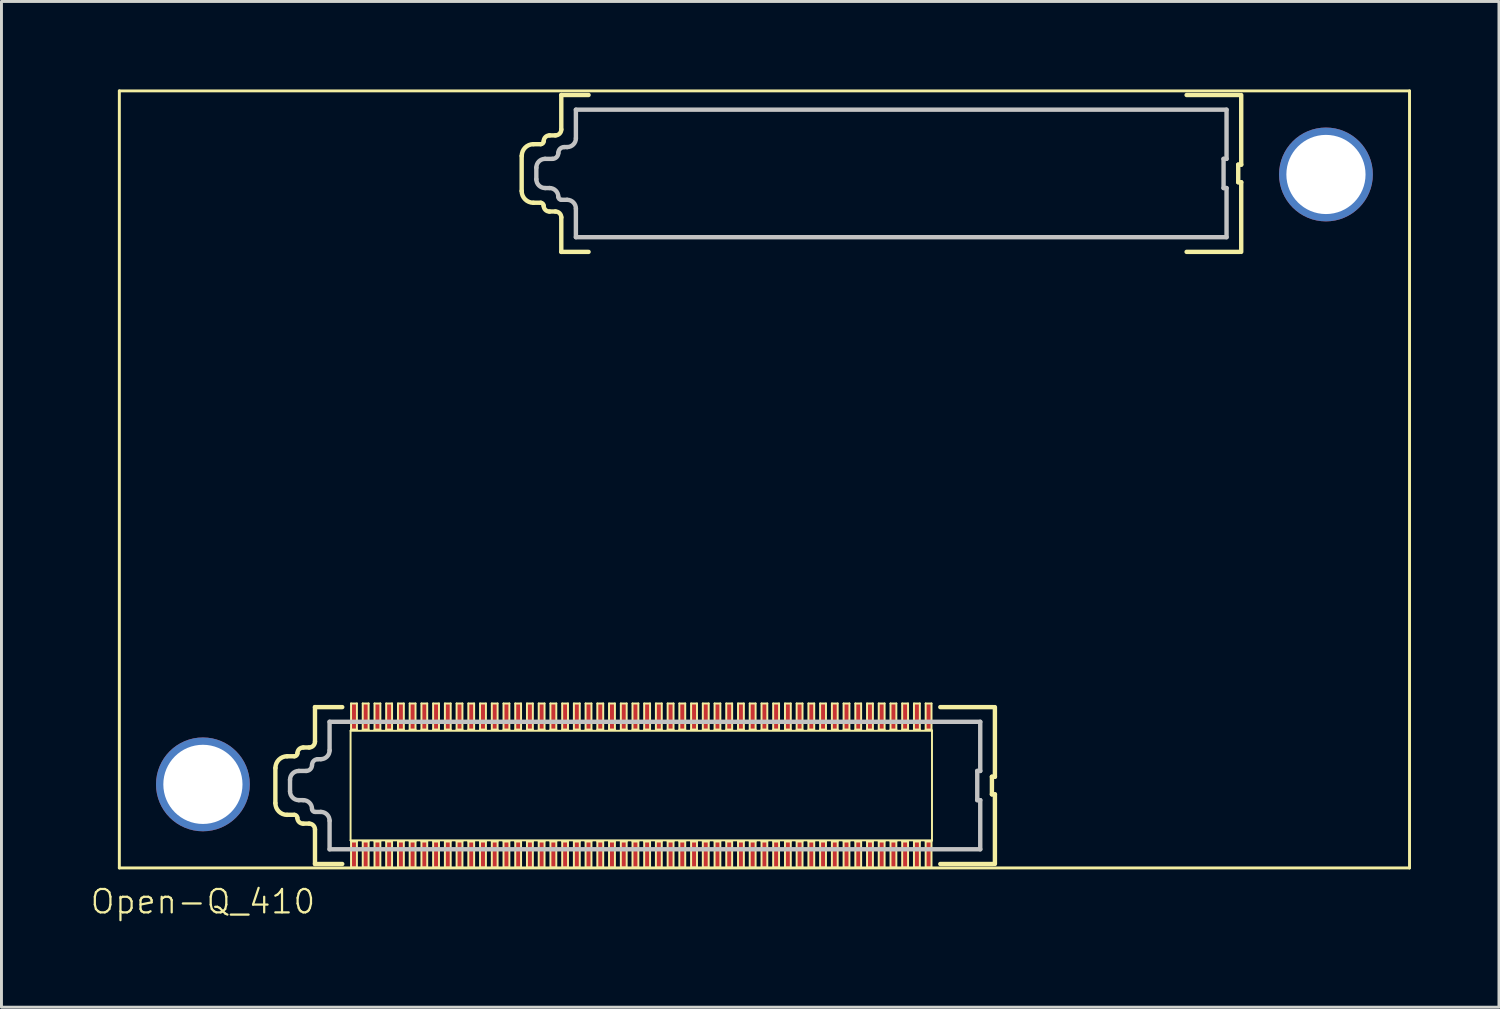
<source format=kicad_pcb>
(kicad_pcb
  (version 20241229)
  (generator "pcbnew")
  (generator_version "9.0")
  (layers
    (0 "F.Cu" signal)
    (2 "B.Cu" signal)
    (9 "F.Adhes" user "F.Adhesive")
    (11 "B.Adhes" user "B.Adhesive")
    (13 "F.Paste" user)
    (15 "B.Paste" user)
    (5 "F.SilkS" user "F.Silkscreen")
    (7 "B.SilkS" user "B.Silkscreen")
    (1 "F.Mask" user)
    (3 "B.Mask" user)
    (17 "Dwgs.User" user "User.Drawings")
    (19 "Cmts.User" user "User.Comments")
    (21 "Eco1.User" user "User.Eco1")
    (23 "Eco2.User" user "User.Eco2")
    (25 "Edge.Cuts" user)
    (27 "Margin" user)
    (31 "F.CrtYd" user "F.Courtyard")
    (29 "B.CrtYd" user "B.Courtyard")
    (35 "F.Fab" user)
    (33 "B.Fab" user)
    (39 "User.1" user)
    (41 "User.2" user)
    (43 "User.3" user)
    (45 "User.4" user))
  (footprint "Open-Q_410"
    (layer "F.Cu")
    (at 3.87 23.7)
    (property "Reference" "Open-Q_410" (at 0 4 0) (layer "F.SilkS") (effects (font (size 0.798 0.798) (thickness 0.076))))
    (attr smd)
    (fp_line (start -2.85 -23.65) (end -2.85 2.85) (stroke (width 0.1) (type solid)) (layer "F.SilkS"))
    (fp_line (start -2.85 2.85) (end 41.15 2.85) (stroke (width 0.1) (type solid)) (layer "F.SilkS"))
    (fp_line (start 2.471 -0.559) (end 2.471 0.639) (stroke (width 0.15) (type solid)) (layer "F.SilkS"))
    (fp_line (start 2.872 1.038) (end 3.121 1.038) (stroke (width 0.15) (type solid)) (layer "F.SilkS"))
    (fp_line (start 3.121 -0.958) (end 2.872 -0.958) (stroke (width 0.15) (type solid)) (layer "F.SilkS"))
    (fp_line (start 3.421 1.338) (end 3.622 1.338) (stroke (width 0.15) (type solid)) (layer "F.SilkS"))
    (fp_line (start 3.622 -1.258) (end 3.421 -1.258) (stroke (width 0.15) (type solid)) (layer "F.SilkS"))
    (fp_line (start 3.822 -2.635) (end 3.822 -1.459) (stroke (width 0.15) (type solid)) (layer "F.SilkS"))
    (fp_line (start 3.822 -2.635) (end 4.752 -2.635) (stroke (width 0.15) (type solid)) (layer "F.SilkS"))
    (fp_line (start 3.822 1.539) (end 3.822 2.715) (stroke (width 0.15) (type solid)) (layer "F.SilkS"))
    (fp_line (start 3.822 2.715) (end 4.752 2.715) (stroke (width 0.15) (type solid)) (layer "F.SilkS"))
    (fp_line (start 5.036 1.909) (end 5.036 -1.829) (stroke (width 0.066) (type solid)) (layer "F.SilkS"))
    (fp_line (start 5.052 -1.868) (end 5.052 -2.759) (stroke (width 0.066) (type solid)) (layer "F.SilkS"))
    (fp_line (start 5.052 2.839) (end 5.052 1.948) (stroke (width 0.066) (type solid)) (layer "F.SilkS"))
    (fp_line (start 5.252 -2.759) (end 5.052 -2.759) (stroke (width 0.066) (type solid)) (layer "F.SilkS"))
    (fp_line (start 5.252 -1.868) (end 5.052 -1.868) (stroke (width 0.066) (type solid)) (layer "F.SilkS"))
    (fp_line (start 5.252 -1.868) (end 5.252 -2.759) (stroke (width 0.066) (type solid)) (layer "F.SilkS"))
    (fp_line (start 5.252 1.948) (end 5.052 1.948) (stroke (width 0.066) (type solid)) (layer "F.SilkS"))
    (fp_line (start 5.252 2.839) (end 5.052 2.839) (stroke (width 0.066) (type solid)) (layer "F.SilkS"))
    (fp_line (start 5.252 2.839) (end 5.252 1.948) (stroke (width 0.066) (type solid)) (layer "F.SilkS"))
    (fp_line (start 5.45 -1.868) (end 5.45 -2.759) (stroke (width 0.066) (type solid)) (layer "F.SilkS"))
    (fp_line (start 5.45 2.839) (end 5.45 1.948) (stroke (width 0.066) (type solid)) (layer "F.SilkS"))
    (fp_line (start 5.651 -2.759) (end 5.45 -2.759) (stroke (width 0.066) (type solid)) (layer "F.SilkS"))
    (fp_line (start 5.651 -1.868) (end 5.45 -1.868) (stroke (width 0.066) (type solid)) (layer "F.SilkS"))
    (fp_line (start 5.651 -1.868) (end 5.651 -2.759) (stroke (width 0.066) (type solid)) (layer "F.SilkS"))
    (fp_line (start 5.651 1.948) (end 5.45 1.948) (stroke (width 0.066) (type solid)) (layer "F.SilkS"))
    (fp_line (start 5.651 2.839) (end 5.45 2.839) (stroke (width 0.066) (type solid)) (layer "F.SilkS"))
    (fp_line (start 5.651 2.839) (end 5.651 1.948) (stroke (width 0.066) (type solid)) (layer "F.SilkS"))
    (fp_line (start 5.852 -1.868) (end 5.852 -2.759) (stroke (width 0.066) (type solid)) (layer "F.SilkS"))
    (fp_line (start 5.852 2.839) (end 5.852 1.948) (stroke (width 0.066) (type solid)) (layer "F.SilkS"))
    (fp_line (start 6.052 -2.759) (end 5.852 -2.759) (stroke (width 0.066) (type solid)) (layer "F.SilkS"))
    (fp_line (start 6.052 -1.868) (end 5.852 -1.868) (stroke (width 0.066) (type solid)) (layer "F.SilkS"))
    (fp_line (start 6.052 -1.868) (end 6.052 -2.759) (stroke (width 0.066) (type solid)) (layer "F.SilkS"))
    (fp_line (start 6.052 1.948) (end 5.852 1.948) (stroke (width 0.066) (type solid)) (layer "F.SilkS"))
    (fp_line (start 6.052 2.839) (end 5.852 2.839) (stroke (width 0.066) (type solid)) (layer "F.SilkS"))
    (fp_line (start 6.052 2.839) (end 6.052 1.948) (stroke (width 0.066) (type solid)) (layer "F.SilkS"))
    (fp_line (start 6.25 -1.868) (end 6.25 -2.759) (stroke (width 0.066) (type solid)) (layer "F.SilkS"))
    (fp_line (start 6.25 2.839) (end 6.25 1.948) (stroke (width 0.066) (type solid)) (layer "F.SilkS"))
    (fp_line (start 6.451 -2.759) (end 6.25 -2.759) (stroke (width 0.066) (type solid)) (layer "F.SilkS"))
    (fp_line (start 6.451 -1.868) (end 6.25 -1.868) (stroke (width 0.066) (type solid)) (layer "F.SilkS"))
    (fp_line (start 6.451 -1.868) (end 6.451 -2.759) (stroke (width 0.066) (type solid)) (layer "F.SilkS"))
    (fp_line (start 6.451 1.948) (end 6.25 1.948) (stroke (width 0.066) (type solid)) (layer "F.SilkS"))
    (fp_line (start 6.451 2.839) (end 6.25 2.839) (stroke (width 0.066) (type solid)) (layer "F.SilkS"))
    (fp_line (start 6.451 2.839) (end 6.451 1.948) (stroke (width 0.066) (type solid)) (layer "F.SilkS"))
    (fp_line (start 6.652 -1.868) (end 6.652 -2.759) (stroke (width 0.066) (type solid)) (layer "F.SilkS"))
    (fp_line (start 6.652 2.839) (end 6.652 1.948) (stroke (width 0.066) (type solid)) (layer "F.SilkS"))
    (fp_line (start 6.852 -2.759) (end 6.652 -2.759) (stroke (width 0.066) (type solid)) (layer "F.SilkS"))
    (fp_line (start 6.852 -1.868) (end 6.652 -1.868) (stroke (width 0.066) (type solid)) (layer "F.SilkS"))
    (fp_line (start 6.852 -1.868) (end 6.852 -2.759) (stroke (width 0.066) (type solid)) (layer "F.SilkS"))
    (fp_line (start 6.852 1.948) (end 6.652 1.948) (stroke (width 0.066) (type solid)) (layer "F.SilkS"))
    (fp_line (start 6.852 2.839) (end 6.652 2.839) (stroke (width 0.066) (type solid)) (layer "F.SilkS"))
    (fp_line (start 6.852 2.839) (end 6.852 1.948) (stroke (width 0.066) (type solid)) (layer "F.SilkS"))
    (fp_line (start 7.051 -1.868) (end 7.051 -2.759) (stroke (width 0.066) (type solid)) (layer "F.SilkS"))
    (fp_line (start 7.051 2.839) (end 7.051 1.948) (stroke (width 0.066) (type solid)) (layer "F.SilkS"))
    (fp_line (start 7.251 -2.759) (end 7.051 -2.759) (stroke (width 0.066) (type solid)) (layer "F.SilkS"))
    (fp_line (start 7.251 -1.868) (end 7.051 -1.868) (stroke (width 0.066) (type solid)) (layer "F.SilkS"))
    (fp_line (start 7.251 -1.868) (end 7.251 -2.759) (stroke (width 0.066) (type solid)) (layer "F.SilkS"))
    (fp_line (start 7.251 1.948) (end 7.051 1.948) (stroke (width 0.066) (type solid)) (layer "F.SilkS"))
    (fp_line (start 7.251 2.839) (end 7.051 2.839) (stroke (width 0.066) (type solid)) (layer "F.SilkS"))
    (fp_line (start 7.251 2.839) (end 7.251 1.948) (stroke (width 0.066) (type solid)) (layer "F.SilkS"))
    (fp_line (start 7.452 -1.868) (end 7.452 -2.759) (stroke (width 0.066) (type solid)) (layer "F.SilkS"))
    (fp_line (start 7.452 2.839) (end 7.452 1.948) (stroke (width 0.066) (type solid)) (layer "F.SilkS"))
    (fp_line (start 7.65 -2.759) (end 7.452 -2.759) (stroke (width 0.066) (type solid)) (layer "F.SilkS"))
    (fp_line (start 7.65 -1.868) (end 7.452 -1.868) (stroke (width 0.066) (type solid)) (layer "F.SilkS"))
    (fp_line (start 7.65 -1.868) (end 7.65 -2.759) (stroke (width 0.066) (type solid)) (layer "F.SilkS"))
    (fp_line (start 7.65 1.948) (end 7.452 1.948) (stroke (width 0.066) (type solid)) (layer "F.SilkS"))
    (fp_line (start 7.65 2.839) (end 7.452 2.839) (stroke (width 0.066) (type solid)) (layer "F.SilkS"))
    (fp_line (start 7.65 2.839) (end 7.65 1.948) (stroke (width 0.066) (type solid)) (layer "F.SilkS"))
    (fp_line (start 7.851 -1.868) (end 7.851 -2.759) (stroke (width 0.066) (type solid)) (layer "F.SilkS"))
    (fp_line (start 7.851 2.839) (end 7.851 1.948) (stroke (width 0.066) (type solid)) (layer "F.SilkS"))
    (fp_line (start 8.051 -2.759) (end 7.851 -2.759) (stroke (width 0.066) (type solid)) (layer "F.SilkS"))
    (fp_line (start 8.051 -1.868) (end 7.851 -1.868) (stroke (width 0.066) (type solid)) (layer "F.SilkS"))
    (fp_line (start 8.051 -1.868) (end 8.051 -2.759) (stroke (width 0.066) (type solid)) (layer "F.SilkS"))
    (fp_line (start 8.051 1.948) (end 7.851 1.948) (stroke (width 0.066) (type solid)) (layer "F.SilkS"))
    (fp_line (start 8.051 2.839) (end 7.851 2.839) (stroke (width 0.066) (type solid)) (layer "F.SilkS"))
    (fp_line (start 8.051 2.839) (end 8.051 1.948) (stroke (width 0.066) (type solid)) (layer "F.SilkS"))
    (fp_line (start 8.252 -1.868) (end 8.252 -2.759) (stroke (width 0.066) (type solid)) (layer "F.SilkS"))
    (fp_line (start 8.252 2.839) (end 8.252 1.948) (stroke (width 0.066) (type solid)) (layer "F.SilkS"))
    (fp_line (start 8.45 -2.759) (end 8.252 -2.759) (stroke (width 0.066) (type solid)) (layer "F.SilkS"))
    (fp_line (start 8.45 -1.868) (end 8.252 -1.868) (stroke (width 0.066) (type solid)) (layer "F.SilkS"))
    (fp_line (start 8.45 -1.868) (end 8.45 -2.759) (stroke (width 0.066) (type solid)) (layer "F.SilkS"))
    (fp_line (start 8.45 1.948) (end 8.252 1.948) (stroke (width 0.066) (type solid)) (layer "F.SilkS"))
    (fp_line (start 8.45 2.839) (end 8.252 2.839) (stroke (width 0.066) (type solid)) (layer "F.SilkS"))
    (fp_line (start 8.45 2.839) (end 8.45 1.948) (stroke (width 0.066) (type solid)) (layer "F.SilkS"))
    (fp_line (start 8.651 -1.868) (end 8.651 -2.759) (stroke (width 0.066) (type solid)) (layer "F.SilkS"))
    (fp_line (start 8.651 2.839) (end 8.651 1.948) (stroke (width 0.066) (type solid)) (layer "F.SilkS"))
    (fp_line (start 8.851 -2.759) (end 8.651 -2.759) (stroke (width 0.066) (type solid)) (layer "F.SilkS"))
    (fp_line (start 8.851 -1.868) (end 8.651 -1.868) (stroke (width 0.066) (type solid)) (layer "F.SilkS"))
    (fp_line (start 8.851 -1.868) (end 8.851 -2.759) (stroke (width 0.066) (type solid)) (layer "F.SilkS"))
    (fp_line (start 8.851 1.948) (end 8.651 1.948) (stroke (width 0.066) (type solid)) (layer "F.SilkS"))
    (fp_line (start 8.851 2.839) (end 8.651 2.839) (stroke (width 0.066) (type solid)) (layer "F.SilkS"))
    (fp_line (start 8.851 2.839) (end 8.851 1.948) (stroke (width 0.066) (type solid)) (layer "F.SilkS"))
    (fp_line (start 9.052 -1.868) (end 9.052 -2.759) (stroke (width 0.066) (type solid)) (layer "F.SilkS"))
    (fp_line (start 9.052 2.839) (end 9.052 1.948) (stroke (width 0.066) (type solid)) (layer "F.SilkS"))
    (fp_line (start 9.25 -2.759) (end 9.052 -2.759) (stroke (width 0.066) (type solid)) (layer "F.SilkS"))
    (fp_line (start 9.25 -1.868) (end 9.052 -1.868) (stroke (width 0.066) (type solid)) (layer "F.SilkS"))
    (fp_line (start 9.25 -1.868) (end 9.25 -2.759) (stroke (width 0.066) (type solid)) (layer "F.SilkS"))
    (fp_line (start 9.25 1.948) (end 9.052 1.948) (stroke (width 0.066) (type solid)) (layer "F.SilkS"))
    (fp_line (start 9.25 2.839) (end 9.052 2.839) (stroke (width 0.066) (type solid)) (layer "F.SilkS"))
    (fp_line (start 9.25 2.839) (end 9.25 1.948) (stroke (width 0.066) (type solid)) (layer "F.SilkS"))
    (fp_line (start 9.451 -1.868) (end 9.451 -2.759) (stroke (width 0.066) (type solid)) (layer "F.SilkS"))
    (fp_line (start 9.451 2.839) (end 9.451 1.948) (stroke (width 0.066) (type solid)) (layer "F.SilkS"))
    (fp_line (start 9.652 -2.759) (end 9.451 -2.759) (stroke (width 0.066) (type solid)) (layer "F.SilkS"))
    (fp_line (start 9.652 -1.868) (end 9.451 -1.868) (stroke (width 0.066) (type solid)) (layer "F.SilkS"))
    (fp_line (start 9.652 -1.868) (end 9.652 -2.759) (stroke (width 0.066) (type solid)) (layer "F.SilkS"))
    (fp_line (start 9.652 1.948) (end 9.451 1.948) (stroke (width 0.066) (type solid)) (layer "F.SilkS"))
    (fp_line (start 9.652 2.839) (end 9.451 2.839) (stroke (width 0.066) (type solid)) (layer "F.SilkS"))
    (fp_line (start 9.652 2.839) (end 9.652 1.948) (stroke (width 0.066) (type solid)) (layer "F.SilkS"))
    (fp_line (start 9.852 -1.868) (end 9.852 -2.759) (stroke (width 0.066) (type solid)) (layer "F.SilkS"))
    (fp_line (start 9.852 2.839) (end 9.852 1.948) (stroke (width 0.066) (type solid)) (layer "F.SilkS"))
    (fp_line (start 10.05 -2.759) (end 9.852 -2.759) (stroke (width 0.066) (type solid)) (layer "F.SilkS"))
    (fp_line (start 10.05 -1.868) (end 9.852 -1.868) (stroke (width 0.066) (type solid)) (layer "F.SilkS"))
    (fp_line (start 10.05 -1.868) (end 10.05 -2.759) (stroke (width 0.066) (type solid)) (layer "F.SilkS"))
    (fp_line (start 10.05 1.948) (end 9.852 1.948) (stroke (width 0.066) (type solid)) (layer "F.SilkS"))
    (fp_line (start 10.05 2.839) (end 9.852 2.839) (stroke (width 0.066) (type solid)) (layer "F.SilkS"))
    (fp_line (start 10.05 2.839) (end 10.05 1.948) (stroke (width 0.066) (type solid)) (layer "F.SilkS"))
    (fp_line (start 10.251 -1.868) (end 10.251 -2.759) (stroke (width 0.066) (type solid)) (layer "F.SilkS"))
    (fp_line (start 10.251 2.839) (end 10.251 1.948) (stroke (width 0.066) (type solid)) (layer "F.SilkS"))
    (fp_line (start 10.452 -2.759) (end 10.251 -2.759) (stroke (width 0.066) (type solid)) (layer "F.SilkS"))
    (fp_line (start 10.452 -1.868) (end 10.251 -1.868) (stroke (width 0.066) (type solid)) (layer "F.SilkS"))
    (fp_line (start 10.452 -1.868) (end 10.452 -2.759) (stroke (width 0.066) (type solid)) (layer "F.SilkS"))
    (fp_line (start 10.452 1.948) (end 10.251 1.948) (stroke (width 0.066) (type solid)) (layer "F.SilkS"))
    (fp_line (start 10.452 2.839) (end 10.251 2.839) (stroke (width 0.066) (type solid)) (layer "F.SilkS"))
    (fp_line (start 10.452 2.839) (end 10.452 1.948) (stroke (width 0.066) (type solid)) (layer "F.SilkS"))
    (fp_line (start 10.652 -1.868) (end 10.652 -2.759) (stroke (width 0.066) (type solid)) (layer "F.SilkS"))
    (fp_line (start 10.652 2.839) (end 10.652 1.948) (stroke (width 0.066) (type solid)) (layer "F.SilkS"))
    (fp_line (start 10.85 -2.759) (end 10.652 -2.759) (stroke (width 0.066) (type solid)) (layer "F.SilkS"))
    (fp_line (start 10.85 -1.868) (end 10.652 -1.868) (stroke (width 0.066) (type solid)) (layer "F.SilkS"))
    (fp_line (start 10.85 -1.868) (end 10.85 -2.759) (stroke (width 0.066) (type solid)) (layer "F.SilkS"))
    (fp_line (start 10.85 1.948) (end 10.652 1.948) (stroke (width 0.066) (type solid)) (layer "F.SilkS"))
    (fp_line (start 10.85 2.839) (end 10.652 2.839) (stroke (width 0.066) (type solid)) (layer "F.SilkS"))
    (fp_line (start 10.85 2.839) (end 10.85 1.948) (stroke (width 0.066) (type solid)) (layer "F.SilkS"))
    (fp_line (start 10.871 -21.434) (end 10.871 -20.236) (stroke (width 0.15) (type solid)) (layer "F.SilkS"))
    (fp_line (start 11.051 -1.868) (end 11.051 -2.759) (stroke (width 0.066) (type solid)) (layer "F.SilkS"))
    (fp_line (start 11.051 2.839) (end 11.051 1.948) (stroke (width 0.066) (type solid)) (layer "F.SilkS"))
    (fp_line (start 11.252 -2.759) (end 11.051 -2.759) (stroke (width 0.066) (type solid)) (layer "F.SilkS"))
    (fp_line (start 11.252 -1.868) (end 11.051 -1.868) (stroke (width 0.066) (type solid)) (layer "F.SilkS"))
    (fp_line (start 11.252 -1.868) (end 11.252 -2.759) (stroke (width 0.066) (type solid)) (layer "F.SilkS"))
    (fp_line (start 11.252 1.948) (end 11.051 1.948) (stroke (width 0.066) (type solid)) (layer "F.SilkS"))
    (fp_line (start 11.252 2.839) (end 11.051 2.839) (stroke (width 0.066) (type solid)) (layer "F.SilkS"))
    (fp_line (start 11.252 2.839) (end 11.252 1.948) (stroke (width 0.066) (type solid)) (layer "F.SilkS"))
    (fp_line (start 11.272 -19.837) (end 11.521 -19.837) (stroke (width 0.15) (type solid)) (layer "F.SilkS"))
    (fp_line (start 11.452 -1.868) (end 11.452 -2.759) (stroke (width 0.066) (type solid)) (layer "F.SilkS"))
    (fp_line (start 11.452 2.839) (end 11.452 1.948) (stroke (width 0.066) (type solid)) (layer "F.SilkS"))
    (fp_line (start 11.521 -21.833) (end 11.272 -21.833) (stroke (width 0.15) (type solid)) (layer "F.SilkS"))
    (fp_line (start 11.651 -2.759) (end 11.452 -2.759) (stroke (width 0.066) (type solid)) (layer "F.SilkS"))
    (fp_line (start 11.651 -1.868) (end 11.452 -1.868) (stroke (width 0.066) (type solid)) (layer "F.SilkS"))
    (fp_line (start 11.651 -1.868) (end 11.651 -2.759) (stroke (width 0.066) (type solid)) (layer "F.SilkS"))
    (fp_line (start 11.651 1.948) (end 11.452 1.948) (stroke (width 0.066) (type solid)) (layer "F.SilkS"))
    (fp_line (start 11.651 2.839) (end 11.452 2.839) (stroke (width 0.066) (type solid)) (layer "F.SilkS"))
    (fp_line (start 11.651 2.839) (end 11.651 1.948) (stroke (width 0.066) (type solid)) (layer "F.SilkS"))
    (fp_line (start 11.821 -19.537) (end 12.022 -19.537) (stroke (width 0.15) (type solid)) (layer "F.SilkS"))
    (fp_line (start 11.851 -1.868) (end 11.851 -2.759) (stroke (width 0.066) (type solid)) (layer "F.SilkS"))
    (fp_line (start 11.851 2.839) (end 11.851 1.948) (stroke (width 0.066) (type solid)) (layer "F.SilkS"))
    (fp_line (start 12.022 -22.133) (end 11.821 -22.133) (stroke (width 0.15) (type solid)) (layer "F.SilkS"))
    (fp_line (start 12.052 -2.759) (end 11.851 -2.759) (stroke (width 0.066) (type solid)) (layer "F.SilkS"))
    (fp_line (start 12.052 -1.868) (end 11.851 -1.868) (stroke (width 0.066) (type solid)) (layer "F.SilkS"))
    (fp_line (start 12.052 -1.868) (end 12.052 -2.759) (stroke (width 0.066) (type solid)) (layer "F.SilkS"))
    (fp_line (start 12.052 1.948) (end 11.851 1.948) (stroke (width 0.066) (type solid)) (layer "F.SilkS"))
    (fp_line (start 12.052 2.839) (end 11.851 2.839) (stroke (width 0.066) (type solid)) (layer "F.SilkS"))
    (fp_line (start 12.052 2.839) (end 12.052 1.948) (stroke (width 0.066) (type solid)) (layer "F.SilkS"))
    (fp_line (start 12.222 -23.51) (end 12.222 -22.334) (stroke (width 0.15) (type solid)) (layer "F.SilkS"))
    (fp_line (start 12.222 -23.51) (end 13.152 -23.51) (stroke (width 0.15) (type solid)) (layer "F.SilkS"))
    (fp_line (start 12.222 -19.336) (end 12.222 -18.16) (stroke (width 0.15) (type solid)) (layer "F.SilkS"))
    (fp_line (start 12.222 -18.16) (end 13.152 -18.16) (stroke (width 0.15) (type solid)) (layer "F.SilkS"))
    (fp_line (start 12.253 -1.868) (end 12.253 -2.759) (stroke (width 0.066) (type solid)) (layer "F.SilkS"))
    (fp_line (start 12.253 2.839) (end 12.253 1.948) (stroke (width 0.066) (type solid)) (layer "F.SilkS"))
    (fp_line (start 12.451 -2.759) (end 12.253 -2.759) (stroke (width 0.066) (type solid)) (layer "F.SilkS"))
    (fp_line (start 12.451 -1.868) (end 12.253 -1.868) (stroke (width 0.066) (type solid)) (layer "F.SilkS"))
    (fp_line (start 12.451 -1.868) (end 12.451 -2.759) (stroke (width 0.066) (type solid)) (layer "F.SilkS"))
    (fp_line (start 12.451 1.948) (end 12.253 1.948) (stroke (width 0.066) (type solid)) (layer "F.SilkS"))
    (fp_line (start 12.451 2.839) (end 12.253 2.839) (stroke (width 0.066) (type solid)) (layer "F.SilkS"))
    (fp_line (start 12.451 2.839) (end 12.451 1.948) (stroke (width 0.066) (type solid)) (layer "F.SilkS"))
    (fp_line (start 12.651 -1.868) (end 12.651 -2.759) (stroke (width 0.066) (type solid)) (layer "F.SilkS"))
    (fp_line (start 12.651 2.839) (end 12.651 1.948) (stroke (width 0.066) (type solid)) (layer "F.SilkS"))
    (fp_line (start 12.852 -2.759) (end 12.651 -2.759) (stroke (width 0.066) (type solid)) (layer "F.SilkS"))
    (fp_line (start 12.852 -1.868) (end 12.651 -1.868) (stroke (width 0.066) (type solid)) (layer "F.SilkS"))
    (fp_line (start 12.852 -1.868) (end 12.852 -2.759) (stroke (width 0.066) (type solid)) (layer "F.SilkS"))
    (fp_line (start 12.852 1.948) (end 12.651 1.948) (stroke (width 0.066) (type solid)) (layer "F.SilkS"))
    (fp_line (start 12.852 2.839) (end 12.651 2.839) (stroke (width 0.066) (type solid)) (layer "F.SilkS"))
    (fp_line (start 12.852 2.839) (end 12.852 1.948) (stroke (width 0.066) (type solid)) (layer "F.SilkS"))
    (fp_line (start 13.05 -1.868) (end 13.05 -2.759) (stroke (width 0.066) (type solid)) (layer "F.SilkS"))
    (fp_line (start 13.05 2.839) (end 13.05 1.948) (stroke (width 0.066) (type solid)) (layer "F.SilkS"))
    (fp_line (start 13.251 -2.759) (end 13.05 -2.759) (stroke (width 0.066) (type solid)) (layer "F.SilkS"))
    (fp_line (start 13.251 -1.868) (end 13.05 -1.868) (stroke (width 0.066) (type solid)) (layer "F.SilkS"))
    (fp_line (start 13.251 -1.868) (end 13.251 -2.759) (stroke (width 0.066) (type solid)) (layer "F.SilkS"))
    (fp_line (start 13.251 1.948) (end 13.05 1.948) (stroke (width 0.066) (type solid)) (layer "F.SilkS"))
    (fp_line (start 13.251 2.839) (end 13.05 2.839) (stroke (width 0.066) (type solid)) (layer "F.SilkS"))
    (fp_line (start 13.251 2.839) (end 13.251 1.948) (stroke (width 0.066) (type solid)) (layer "F.SilkS"))
    (fp_line (start 13.451 -1.868) (end 13.451 -2.759) (stroke (width 0.066) (type solid)) (layer "F.SilkS"))
    (fp_line (start 13.451 2.839) (end 13.451 1.948) (stroke (width 0.066) (type solid)) (layer "F.SilkS"))
    (fp_line (start 13.652 -2.759) (end 13.451 -2.759) (stroke (width 0.066) (type solid)) (layer "F.SilkS"))
    (fp_line (start 13.652 -1.868) (end 13.451 -1.868) (stroke (width 0.066) (type solid)) (layer "F.SilkS"))
    (fp_line (start 13.652 -1.868) (end 13.652 -2.759) (stroke (width 0.066) (type solid)) (layer "F.SilkS"))
    (fp_line (start 13.652 1.948) (end 13.451 1.948) (stroke (width 0.066) (type solid)) (layer "F.SilkS"))
    (fp_line (start 13.652 2.839) (end 13.451 2.839) (stroke (width 0.066) (type solid)) (layer "F.SilkS"))
    (fp_line (start 13.652 2.839) (end 13.652 1.948) (stroke (width 0.066) (type solid)) (layer "F.SilkS"))
    (fp_line (start 13.85 -1.868) (end 13.85 -2.759) (stroke (width 0.066) (type solid)) (layer "F.SilkS"))
    (fp_line (start 13.85 2.839) (end 13.85 1.948) (stroke (width 0.066) (type solid)) (layer "F.SilkS"))
    (fp_line (start 14.051 -2.759) (end 13.85 -2.759) (stroke (width 0.066) (type solid)) (layer "F.SilkS"))
    (fp_line (start 14.051 -1.868) (end 13.85 -1.868) (stroke (width 0.066) (type solid)) (layer "F.SilkS"))
    (fp_line (start 14.051 -1.868) (end 14.051 -2.759) (stroke (width 0.066) (type solid)) (layer "F.SilkS"))
    (fp_line (start 14.051 1.948) (end 13.85 1.948) (stroke (width 0.066) (type solid)) (layer "F.SilkS"))
    (fp_line (start 14.051 2.839) (end 13.85 2.839) (stroke (width 0.066) (type solid)) (layer "F.SilkS"))
    (fp_line (start 14.051 2.839) (end 14.051 1.948) (stroke (width 0.066) (type solid)) (layer "F.SilkS"))
    (fp_line (start 14.252 -1.868) (end 14.252 -2.759) (stroke (width 0.066) (type solid)) (layer "F.SilkS"))
    (fp_line (start 14.252 2.839) (end 14.252 1.948) (stroke (width 0.066) (type solid)) (layer "F.SilkS"))
    (fp_line (start 14.452 -2.759) (end 14.252 -2.759) (stroke (width 0.066) (type solid)) (layer "F.SilkS"))
    (fp_line (start 14.452 -1.868) (end 14.252 -1.868) (stroke (width 0.066) (type solid)) (layer "F.SilkS"))
    (fp_line (start 14.452 -1.868) (end 14.452 -2.759) (stroke (width 0.066) (type solid)) (layer "F.SilkS"))
    (fp_line (start 14.452 1.948) (end 14.252 1.948) (stroke (width 0.066) (type solid)) (layer "F.SilkS"))
    (fp_line (start 14.452 2.839) (end 14.252 2.839) (stroke (width 0.066) (type solid)) (layer "F.SilkS"))
    (fp_line (start 14.452 2.839) (end 14.452 1.948) (stroke (width 0.066) (type solid)) (layer "F.SilkS"))
    (fp_line (start 14.65 -1.868) (end 14.65 -2.759) (stroke (width 0.066) (type solid)) (layer "F.SilkS"))
    (fp_line (start 14.65 2.839) (end 14.65 1.948) (stroke (width 0.066) (type solid)) (layer "F.SilkS"))
    (fp_line (start 14.851 -2.759) (end 14.65 -2.759) (stroke (width 0.066) (type solid)) (layer "F.SilkS"))
    (fp_line (start 14.851 -1.868) (end 14.65 -1.868) (stroke (width 0.066) (type solid)) (layer "F.SilkS"))
    (fp_line (start 14.851 -1.868) (end 14.851 -2.759) (stroke (width 0.066) (type solid)) (layer "F.SilkS"))
    (fp_line (start 14.851 1.948) (end 14.65 1.948) (stroke (width 0.066) (type solid)) (layer "F.SilkS"))
    (fp_line (start 14.851 2.839) (end 14.65 2.839) (stroke (width 0.066) (type solid)) (layer "F.SilkS"))
    (fp_line (start 14.851 2.839) (end 14.851 1.948) (stroke (width 0.066) (type solid)) (layer "F.SilkS"))
    (fp_line (start 15.049 -1.868) (end 15.049 -2.759) (stroke (width 0.066) (type solid)) (layer "F.SilkS"))
    (fp_line (start 15.049 2.839) (end 15.049 1.948) (stroke (width 0.066) (type solid)) (layer "F.SilkS"))
    (fp_line (start 15.25 -2.759) (end 15.049 -2.759) (stroke (width 0.066) (type solid)) (layer "F.SilkS"))
    (fp_line (start 15.25 -1.868) (end 15.049 -1.868) (stroke (width 0.066) (type solid)) (layer "F.SilkS"))
    (fp_line (start 15.25 -1.868) (end 15.25 -2.759) (stroke (width 0.066) (type solid)) (layer "F.SilkS"))
    (fp_line (start 15.25 1.948) (end 15.049 1.948) (stroke (width 0.066) (type solid)) (layer "F.SilkS"))
    (fp_line (start 15.25 2.839) (end 15.049 2.839) (stroke (width 0.066) (type solid)) (layer "F.SilkS"))
    (fp_line (start 15.25 2.839) (end 15.25 1.948) (stroke (width 0.066) (type solid)) (layer "F.SilkS"))
    (fp_line (start 15.448 -1.868) (end 15.448 -2.759) (stroke (width 0.066) (type solid)) (layer "F.SilkS"))
    (fp_line (start 15.448 2.839) (end 15.448 1.948) (stroke (width 0.066) (type solid)) (layer "F.SilkS"))
    (fp_line (start 15.649 -2.759) (end 15.448 -2.759) (stroke (width 0.066) (type solid)) (layer "F.SilkS"))
    (fp_line (start 15.649 -1.868) (end 15.448 -1.868) (stroke (width 0.066) (type solid)) (layer "F.SilkS"))
    (fp_line (start 15.649 -1.868) (end 15.649 -2.759) (stroke (width 0.066) (type solid)) (layer "F.SilkS"))
    (fp_line (start 15.649 1.948) (end 15.448 1.948) (stroke (width 0.066) (type solid)) (layer "F.SilkS"))
    (fp_line (start 15.649 2.839) (end 15.448 2.839) (stroke (width 0.066) (type solid)) (layer "F.SilkS"))
    (fp_line (start 15.649 2.839) (end 15.649 1.948) (stroke (width 0.066) (type solid)) (layer "F.SilkS"))
    (fp_line (start 15.849 -1.868) (end 15.849 -2.759) (stroke (width 0.066) (type solid)) (layer "F.SilkS"))
    (fp_line (start 15.849 2.839) (end 15.849 1.948) (stroke (width 0.066) (type solid)) (layer "F.SilkS"))
    (fp_line (start 16.05 -2.759) (end 15.849 -2.759) (stroke (width 0.066) (type solid)) (layer "F.SilkS"))
    (fp_line (start 16.05 -1.868) (end 15.849 -1.868) (stroke (width 0.066) (type solid)) (layer "F.SilkS"))
    (fp_line (start 16.05 -1.868) (end 16.05 -2.759) (stroke (width 0.066) (type solid)) (layer "F.SilkS"))
    (fp_line (start 16.05 1.948) (end 15.849 1.948) (stroke (width 0.066) (type solid)) (layer "F.SilkS"))
    (fp_line (start 16.05 2.839) (end 15.849 2.839) (stroke (width 0.066) (type solid)) (layer "F.SilkS"))
    (fp_line (start 16.05 2.839) (end 16.05 1.948) (stroke (width 0.066) (type solid)) (layer "F.SilkS"))
    (fp_line (start 16.248 -1.868) (end 16.248 -2.759) (stroke (width 0.066) (type solid)) (layer "F.SilkS"))
    (fp_line (start 16.248 2.839) (end 16.248 1.948) (stroke (width 0.066) (type solid)) (layer "F.SilkS"))
    (fp_line (start 16.449 -2.759) (end 16.248 -2.759) (stroke (width 0.066) (type solid)) (layer "F.SilkS"))
    (fp_line (start 16.449 -1.868) (end 16.248 -1.868) (stroke (width 0.066) (type solid)) (layer "F.SilkS"))
    (fp_line (start 16.449 -1.868) (end 16.449 -2.759) (stroke (width 0.066) (type solid)) (layer "F.SilkS"))
    (fp_line (start 16.449 1.948) (end 16.248 1.948) (stroke (width 0.066) (type solid)) (layer "F.SilkS"))
    (fp_line (start 16.449 2.839) (end 16.248 2.839) (stroke (width 0.066) (type solid)) (layer "F.SilkS"))
    (fp_line (start 16.449 2.839) (end 16.449 1.948) (stroke (width 0.066) (type solid)) (layer "F.SilkS"))
    (fp_line (start 16.649 -1.868) (end 16.649 -2.759) (stroke (width 0.066) (type solid)) (layer "F.SilkS"))
    (fp_line (start 16.649 2.839) (end 16.649 1.948) (stroke (width 0.066) (type solid)) (layer "F.SilkS"))
    (fp_line (start 16.85 -2.759) (end 16.649 -2.759) (stroke (width 0.066) (type solid)) (layer "F.SilkS"))
    (fp_line (start 16.85 -1.868) (end 16.649 -1.868) (stroke (width 0.066) (type solid)) (layer "F.SilkS"))
    (fp_line (start 16.85 -1.868) (end 16.85 -2.759) (stroke (width 0.066) (type solid)) (layer "F.SilkS"))
    (fp_line (start 16.85 1.948) (end 16.649 1.948) (stroke (width 0.066) (type solid)) (layer "F.SilkS"))
    (fp_line (start 16.85 2.839) (end 16.649 2.839) (stroke (width 0.066) (type solid)) (layer "F.SilkS"))
    (fp_line (start 16.85 2.839) (end 16.85 1.948) (stroke (width 0.066) (type solid)) (layer "F.SilkS"))
    (fp_line (start 17.048 -1.868) (end 17.048 -2.759) (stroke (width 0.066) (type solid)) (layer "F.SilkS"))
    (fp_line (start 17.048 2.839) (end 17.048 1.948) (stroke (width 0.066) (type solid)) (layer "F.SilkS"))
    (fp_line (start 17.249 -2.759) (end 17.048 -2.759) (stroke (width 0.066) (type solid)) (layer "F.SilkS"))
    (fp_line (start 17.249 -1.868) (end 17.048 -1.868) (stroke (width 0.066) (type solid)) (layer "F.SilkS"))
    (fp_line (start 17.249 -1.868) (end 17.249 -2.759) (stroke (width 0.066) (type solid)) (layer "F.SilkS"))
    (fp_line (start 17.249 1.948) (end 17.048 1.948) (stroke (width 0.066) (type solid)) (layer "F.SilkS"))
    (fp_line (start 17.249 2.839) (end 17.048 2.839) (stroke (width 0.066) (type solid)) (layer "F.SilkS"))
    (fp_line (start 17.249 2.839) (end 17.249 1.948) (stroke (width 0.066) (type solid)) (layer "F.SilkS"))
    (fp_line (start 17.449 -1.868) (end 17.449 -2.759) (stroke (width 0.066) (type solid)) (layer "F.SilkS"))
    (fp_line (start 17.449 2.839) (end 17.449 1.948) (stroke (width 0.066) (type solid)) (layer "F.SilkS"))
    (fp_line (start 17.647 -2.759) (end 17.449 -2.759) (stroke (width 0.066) (type solid)) (layer "F.SilkS"))
    (fp_line (start 17.647 -1.868) (end 17.449 -1.868) (stroke (width 0.066) (type solid)) (layer "F.SilkS"))
    (fp_line (start 17.647 -1.868) (end 17.647 -2.759) (stroke (width 0.066) (type solid)) (layer "F.SilkS"))
    (fp_line (start 17.647 1.948) (end 17.449 1.948) (stroke (width 0.066) (type solid)) (layer "F.SilkS"))
    (fp_line (start 17.647 2.839) (end 17.449 2.839) (stroke (width 0.066) (type solid)) (layer "F.SilkS"))
    (fp_line (start 17.647 2.839) (end 17.647 1.948) (stroke (width 0.066) (type solid)) (layer "F.SilkS"))
    (fp_line (start 17.848 -1.868) (end 17.848 -2.759) (stroke (width 0.066) (type solid)) (layer "F.SilkS"))
    (fp_line (start 17.848 2.839) (end 17.848 1.948) (stroke (width 0.066) (type solid)) (layer "F.SilkS"))
    (fp_line (start 18.049 -2.759) (end 17.848 -2.759) (stroke (width 0.066) (type solid)) (layer "F.SilkS"))
    (fp_line (start 18.049 -1.868) (end 17.848 -1.868) (stroke (width 0.066) (type solid)) (layer "F.SilkS"))
    (fp_line (start 18.049 -1.868) (end 18.049 -2.759) (stroke (width 0.066) (type solid)) (layer "F.SilkS"))
    (fp_line (start 18.049 1.948) (end 17.848 1.948) (stroke (width 0.066) (type solid)) (layer "F.SilkS"))
    (fp_line (start 18.049 2.839) (end 17.848 2.839) (stroke (width 0.066) (type solid)) (layer "F.SilkS"))
    (fp_line (start 18.049 2.839) (end 18.049 1.948) (stroke (width 0.066) (type solid)) (layer "F.SilkS"))
    (fp_line (start 18.249 -1.868) (end 18.249 -2.759) (stroke (width 0.066) (type solid)) (layer "F.SilkS"))
    (fp_line (start 18.249 2.839) (end 18.249 1.948) (stroke (width 0.066) (type solid)) (layer "F.SilkS"))
    (fp_line (start 18.448 -2.759) (end 18.249 -2.759) (stroke (width 0.066) (type solid)) (layer "F.SilkS"))
    (fp_line (start 18.448 -1.868) (end 18.249 -1.868) (stroke (width 0.066) (type solid)) (layer "F.SilkS"))
    (fp_line (start 18.448 -1.868) (end 18.448 -2.759) (stroke (width 0.066) (type solid)) (layer "F.SilkS"))
    (fp_line (start 18.448 1.948) (end 18.249 1.948) (stroke (width 0.066) (type solid)) (layer "F.SilkS"))
    (fp_line (start 18.448 2.839) (end 18.249 2.839) (stroke (width 0.066) (type solid)) (layer "F.SilkS"))
    (fp_line (start 18.448 2.839) (end 18.448 1.948) (stroke (width 0.066) (type solid)) (layer "F.SilkS"))
    (fp_line (start 18.648 -1.868) (end 18.648 -2.759) (stroke (width 0.066) (type solid)) (layer "F.SilkS"))
    (fp_line (start 18.648 2.839) (end 18.648 1.948) (stroke (width 0.066) (type solid)) (layer "F.SilkS"))
    (fp_line (start 18.849 -2.759) (end 18.648 -2.759) (stroke (width 0.066) (type solid)) (layer "F.SilkS"))
    (fp_line (start 18.849 -1.868) (end 18.648 -1.868) (stroke (width 0.066) (type solid)) (layer "F.SilkS"))
    (fp_line (start 18.849 -1.868) (end 18.849 -2.759) (stroke (width 0.066) (type solid)) (layer "F.SilkS"))
    (fp_line (start 18.849 1.948) (end 18.648 1.948) (stroke (width 0.066) (type solid)) (layer "F.SilkS"))
    (fp_line (start 18.849 2.839) (end 18.648 2.839) (stroke (width 0.066) (type solid)) (layer "F.SilkS"))
    (fp_line (start 18.849 2.839) (end 18.849 1.948) (stroke (width 0.066) (type solid)) (layer "F.SilkS"))
    (fp_line (start 19.05 -1.868) (end 19.05 -2.759) (stroke (width 0.066) (type solid)) (layer "F.SilkS"))
    (fp_line (start 19.05 2.839) (end 19.05 1.948) (stroke (width 0.066) (type solid)) (layer "F.SilkS"))
    (fp_line (start 19.248 -2.759) (end 19.05 -2.759) (stroke (width 0.066) (type solid)) (layer "F.SilkS"))
    (fp_line (start 19.248 -1.868) (end 19.05 -1.868) (stroke (width 0.066) (type solid)) (layer "F.SilkS"))
    (fp_line (start 19.248 -1.868) (end 19.248 -2.759) (stroke (width 0.066) (type solid)) (layer "F.SilkS"))
    (fp_line (start 19.248 1.948) (end 19.05 1.948) (stroke (width 0.066) (type solid)) (layer "F.SilkS"))
    (fp_line (start 19.248 2.839) (end 19.05 2.839) (stroke (width 0.066) (type solid)) (layer "F.SilkS"))
    (fp_line (start 19.248 2.839) (end 19.248 1.948) (stroke (width 0.066) (type solid)) (layer "F.SilkS"))
    (fp_line (start 19.448 -1.868) (end 19.448 -2.759) (stroke (width 0.066) (type solid)) (layer "F.SilkS"))
    (fp_line (start 19.448 2.839) (end 19.448 1.948) (stroke (width 0.066) (type solid)) (layer "F.SilkS"))
    (fp_line (start 19.649 -2.759) (end 19.448 -2.759) (stroke (width 0.066) (type solid)) (layer "F.SilkS"))
    (fp_line (start 19.649 -1.868) (end 19.448 -1.868) (stroke (width 0.066) (type solid)) (layer "F.SilkS"))
    (fp_line (start 19.649 -1.868) (end 19.649 -2.759) (stroke (width 0.066) (type solid)) (layer "F.SilkS"))
    (fp_line (start 19.649 1.948) (end 19.448 1.948) (stroke (width 0.066) (type solid)) (layer "F.SilkS"))
    (fp_line (start 19.649 2.839) (end 19.448 2.839) (stroke (width 0.066) (type solid)) (layer "F.SilkS"))
    (fp_line (start 19.649 2.839) (end 19.649 1.948) (stroke (width 0.066) (type solid)) (layer "F.SilkS"))
    (fp_line (start 19.85 -1.868) (end 19.85 -2.759) (stroke (width 0.066) (type solid)) (layer "F.SilkS"))
    (fp_line (start 19.85 2.839) (end 19.85 1.948) (stroke (width 0.066) (type solid)) (layer "F.SilkS"))
    (fp_line (start 20.048 -2.759) (end 19.85 -2.759) (stroke (width 0.066) (type solid)) (layer "F.SilkS"))
    (fp_line (start 20.048 -1.868) (end 19.85 -1.868) (stroke (width 0.066) (type solid)) (layer "F.SilkS"))
    (fp_line (start 20.048 -1.868) (end 20.048 -2.759) (stroke (width 0.066) (type solid)) (layer "F.SilkS"))
    (fp_line (start 20.048 1.948) (end 19.85 1.948) (stroke (width 0.066) (type solid)) (layer "F.SilkS"))
    (fp_line (start 20.048 2.839) (end 19.85 2.839) (stroke (width 0.066) (type solid)) (layer "F.SilkS"))
    (fp_line (start 20.048 2.839) (end 20.048 1.948) (stroke (width 0.066) (type solid)) (layer "F.SilkS"))
    (fp_line (start 20.248 -1.868) (end 20.248 -2.759) (stroke (width 0.066) (type solid)) (layer "F.SilkS"))
    (fp_line (start 20.248 2.839) (end 20.248 1.948) (stroke (width 0.066) (type solid)) (layer "F.SilkS"))
    (fp_line (start 20.449 -2.759) (end 20.248 -2.759) (stroke (width 0.066) (type solid)) (layer "F.SilkS"))
    (fp_line (start 20.449 -1.868) (end 20.248 -1.868) (stroke (width 0.066) (type solid)) (layer "F.SilkS"))
    (fp_line (start 20.449 -1.868) (end 20.449 -2.759) (stroke (width 0.066) (type solid)) (layer "F.SilkS"))
    (fp_line (start 20.449 1.948) (end 20.248 1.948) (stroke (width 0.066) (type solid)) (layer "F.SilkS"))
    (fp_line (start 20.449 2.839) (end 20.248 2.839) (stroke (width 0.066) (type solid)) (layer "F.SilkS"))
    (fp_line (start 20.449 2.839) (end 20.449 1.948) (stroke (width 0.066) (type solid)) (layer "F.SilkS"))
    (fp_line (start 20.65 -1.868) (end 20.65 -2.759) (stroke (width 0.066) (type solid)) (layer "F.SilkS"))
    (fp_line (start 20.65 2.839) (end 20.65 1.948) (stroke (width 0.066) (type solid)) (layer "F.SilkS"))
    (fp_line (start 20.848 -2.759) (end 20.65 -2.759) (stroke (width 0.066) (type solid)) (layer "F.SilkS"))
    (fp_line (start 20.848 -1.868) (end 20.65 -1.868) (stroke (width 0.066) (type solid)) (layer "F.SilkS"))
    (fp_line (start 20.848 -1.868) (end 20.848 -2.759) (stroke (width 0.066) (type solid)) (layer "F.SilkS"))
    (fp_line (start 20.848 1.948) (end 20.65 1.948) (stroke (width 0.066) (type solid)) (layer "F.SilkS"))
    (fp_line (start 20.848 2.839) (end 20.65 2.839) (stroke (width 0.066) (type solid)) (layer "F.SilkS"))
    (fp_line (start 20.848 2.839) (end 20.848 1.948) (stroke (width 0.066) (type solid)) (layer "F.SilkS"))
    (fp_line (start 21.049 -1.868) (end 21.049 -2.759) (stroke (width 0.066) (type solid)) (layer "F.SilkS"))
    (fp_line (start 21.049 2.839) (end 21.049 1.948) (stroke (width 0.066) (type solid)) (layer "F.SilkS"))
    (fp_line (start 21.249 -2.759) (end 21.049 -2.759) (stroke (width 0.066) (type solid)) (layer "F.SilkS"))
    (fp_line (start 21.249 -1.868) (end 21.049 -1.868) (stroke (width 0.066) (type solid)) (layer "F.SilkS"))
    (fp_line (start 21.249 -1.868) (end 21.249 -2.759) (stroke (width 0.066) (type solid)) (layer "F.SilkS"))
    (fp_line (start 21.249 1.948) (end 21.049 1.948) (stroke (width 0.066) (type solid)) (layer "F.SilkS"))
    (fp_line (start 21.249 2.839) (end 21.049 2.839) (stroke (width 0.066) (type solid)) (layer "F.SilkS"))
    (fp_line (start 21.249 2.839) (end 21.249 1.948) (stroke (width 0.066) (type solid)) (layer "F.SilkS"))
    (fp_line (start 21.45 -1.868) (end 21.45 -2.759) (stroke (width 0.066) (type solid)) (layer "F.SilkS"))
    (fp_line (start 21.45 2.839) (end 21.45 1.948) (stroke (width 0.066) (type solid)) (layer "F.SilkS"))
    (fp_line (start 21.648 -2.759) (end 21.45 -2.759) (stroke (width 0.066) (type solid)) (layer "F.SilkS"))
    (fp_line (start 21.648 -1.868) (end 21.45 -1.868) (stroke (width 0.066) (type solid)) (layer "F.SilkS"))
    (fp_line (start 21.648 -1.868) (end 21.648 -2.759) (stroke (width 0.066) (type solid)) (layer "F.SilkS"))
    (fp_line (start 21.648 1.948) (end 21.45 1.948) (stroke (width 0.066) (type solid)) (layer "F.SilkS"))
    (fp_line (start 21.648 2.839) (end 21.45 2.839) (stroke (width 0.066) (type solid)) (layer "F.SilkS"))
    (fp_line (start 21.648 2.839) (end 21.648 1.948) (stroke (width 0.066) (type solid)) (layer "F.SilkS"))
    (fp_line (start 21.849 -1.868) (end 21.849 -2.759) (stroke (width 0.066) (type solid)) (layer "F.SilkS"))
    (fp_line (start 21.849 2.839) (end 21.849 1.948) (stroke (width 0.066) (type solid)) (layer "F.SilkS"))
    (fp_line (start 22.049 -2.759) (end 21.849 -2.759) (stroke (width 0.066) (type solid)) (layer "F.SilkS"))
    (fp_line (start 22.049 -1.868) (end 21.849 -1.868) (stroke (width 0.066) (type solid)) (layer "F.SilkS"))
    (fp_line (start 22.049 -1.868) (end 22.049 -2.759) (stroke (width 0.066) (type solid)) (layer "F.SilkS"))
    (fp_line (start 22.049 1.948) (end 21.849 1.948) (stroke (width 0.066) (type solid)) (layer "F.SilkS"))
    (fp_line (start 22.049 2.839) (end 21.849 2.839) (stroke (width 0.066) (type solid)) (layer "F.SilkS"))
    (fp_line (start 22.049 2.839) (end 22.049 1.948) (stroke (width 0.066) (type solid)) (layer "F.SilkS"))
    (fp_line (start 22.25 -1.868) (end 22.25 -2.759) (stroke (width 0.066) (type solid)) (layer "F.SilkS"))
    (fp_line (start 22.25 2.839) (end 22.25 1.948) (stroke (width 0.066) (type solid)) (layer "F.SilkS"))
    (fp_line (start 22.448 -2.759) (end 22.25 -2.759) (stroke (width 0.066) (type solid)) (layer "F.SilkS"))
    (fp_line (start 22.448 -1.868) (end 22.25 -1.868) (stroke (width 0.066) (type solid)) (layer "F.SilkS"))
    (fp_line (start 22.448 -1.868) (end 22.448 -2.759) (stroke (width 0.066) (type solid)) (layer "F.SilkS"))
    (fp_line (start 22.448 1.948) (end 22.25 1.948) (stroke (width 0.066) (type solid)) (layer "F.SilkS"))
    (fp_line (start 22.448 2.839) (end 22.25 2.839) (stroke (width 0.066) (type solid)) (layer "F.SilkS"))
    (fp_line (start 22.448 2.839) (end 22.448 1.948) (stroke (width 0.066) (type solid)) (layer "F.SilkS"))
    (fp_line (start 22.649 -1.868) (end 22.649 -2.759) (stroke (width 0.066) (type solid)) (layer "F.SilkS"))
    (fp_line (start 22.649 2.839) (end 22.649 1.948) (stroke (width 0.066) (type solid)) (layer "F.SilkS"))
    (fp_line (start 22.849 -2.759) (end 22.649 -2.759) (stroke (width 0.066) (type solid)) (layer "F.SilkS"))
    (fp_line (start 22.849 -1.868) (end 22.649 -1.868) (stroke (width 0.066) (type solid)) (layer "F.SilkS"))
    (fp_line (start 22.849 -1.868) (end 22.849 -2.759) (stroke (width 0.066) (type solid)) (layer "F.SilkS"))
    (fp_line (start 22.849 1.948) (end 22.649 1.948) (stroke (width 0.066) (type solid)) (layer "F.SilkS"))
    (fp_line (start 22.849 2.839) (end 22.649 2.839) (stroke (width 0.066) (type solid)) (layer "F.SilkS"))
    (fp_line (start 22.849 2.839) (end 22.849 1.948) (stroke (width 0.066) (type solid)) (layer "F.SilkS"))
    (fp_line (start 23.048 -1.868) (end 23.048 -2.759) (stroke (width 0.066) (type solid)) (layer "F.SilkS"))
    (fp_line (start 23.048 2.839) (end 23.048 1.948) (stroke (width 0.066) (type solid)) (layer "F.SilkS"))
    (fp_line (start 23.248 -2.759) (end 23.048 -2.759) (stroke (width 0.066) (type solid)) (layer "F.SilkS"))
    (fp_line (start 23.248 -1.868) (end 23.048 -1.868) (stroke (width 0.066) (type solid)) (layer "F.SilkS"))
    (fp_line (start 23.248 -1.868) (end 23.248 -2.759) (stroke (width 0.066) (type solid)) (layer "F.SilkS"))
    (fp_line (start 23.248 1.948) (end 23.048 1.948) (stroke (width 0.066) (type solid)) (layer "F.SilkS"))
    (fp_line (start 23.248 2.839) (end 23.048 2.839) (stroke (width 0.066) (type solid)) (layer "F.SilkS"))
    (fp_line (start 23.248 2.839) (end 23.248 1.948) (stroke (width 0.066) (type solid)) (layer "F.SilkS"))
    (fp_line (start 23.449 -1.868) (end 23.449 -2.759) (stroke (width 0.066) (type solid)) (layer "F.SilkS"))
    (fp_line (start 23.449 2.839) (end 23.449 1.948) (stroke (width 0.066) (type solid)) (layer "F.SilkS"))
    (fp_line (start 23.649 -2.759) (end 23.449 -2.759) (stroke (width 0.066) (type solid)) (layer "F.SilkS"))
    (fp_line (start 23.649 -1.868) (end 23.449 -1.868) (stroke (width 0.066) (type solid)) (layer "F.SilkS"))
    (fp_line (start 23.649 -1.868) (end 23.649 -2.759) (stroke (width 0.066) (type solid)) (layer "F.SilkS"))
    (fp_line (start 23.649 1.948) (end 23.449 1.948) (stroke (width 0.066) (type solid)) (layer "F.SilkS"))
    (fp_line (start 23.649 2.839) (end 23.449 2.839) (stroke (width 0.066) (type solid)) (layer "F.SilkS"))
    (fp_line (start 23.649 2.839) (end 23.649 1.948) (stroke (width 0.066) (type solid)) (layer "F.SilkS"))
    (fp_line (start 23.848 -1.868) (end 23.848 -2.759) (stroke (width 0.066) (type solid)) (layer "F.SilkS"))
    (fp_line (start 23.848 2.839) (end 23.848 1.948) (stroke (width 0.066) (type solid)) (layer "F.SilkS"))
    (fp_line (start 24.048 -2.759) (end 23.848 -2.759) (stroke (width 0.066) (type solid)) (layer "F.SilkS"))
    (fp_line (start 24.048 -1.868) (end 23.848 -1.868) (stroke (width 0.066) (type solid)) (layer "F.SilkS"))
    (fp_line (start 24.048 -1.868) (end 24.048 -2.759) (stroke (width 0.066) (type solid)) (layer "F.SilkS"))
    (fp_line (start 24.048 1.948) (end 23.848 1.948) (stroke (width 0.066) (type solid)) (layer "F.SilkS"))
    (fp_line (start 24.048 2.839) (end 23.848 2.839) (stroke (width 0.066) (type solid)) (layer "F.SilkS"))
    (fp_line (start 24.048 2.839) (end 24.048 1.948) (stroke (width 0.066) (type solid)) (layer "F.SilkS"))
    (fp_line (start 24.249 -1.868) (end 24.249 -2.759) (stroke (width 0.066) (type solid)) (layer "F.SilkS"))
    (fp_line (start 24.249 2.839) (end 24.249 1.948) (stroke (width 0.066) (type solid)) (layer "F.SilkS"))
    (fp_line (start 24.45 -2.759) (end 24.249 -2.759) (stroke (width 0.066) (type solid)) (layer "F.SilkS"))
    (fp_line (start 24.45 -1.868) (end 24.249 -1.868) (stroke (width 0.066) (type solid)) (layer "F.SilkS"))
    (fp_line (start 24.45 -1.868) (end 24.45 -2.759) (stroke (width 0.066) (type solid)) (layer "F.SilkS"))
    (fp_line (start 24.45 1.948) (end 24.249 1.948) (stroke (width 0.066) (type solid)) (layer "F.SilkS"))
    (fp_line (start 24.45 2.839) (end 24.249 2.839) (stroke (width 0.066) (type solid)) (layer "F.SilkS"))
    (fp_line (start 24.45 2.839) (end 24.45 1.948) (stroke (width 0.066) (type solid)) (layer "F.SilkS"))
    (fp_line (start 24.648 -1.868) (end 24.648 -2.759) (stroke (width 0.066) (type solid)) (layer "F.SilkS"))
    (fp_line (start 24.648 2.839) (end 24.648 1.948) (stroke (width 0.066) (type solid)) (layer "F.SilkS"))
    (fp_line (start 24.848 -2.759) (end 24.648 -2.759) (stroke (width 0.066) (type solid)) (layer "F.SilkS"))
    (fp_line (start 24.848 -1.868) (end 24.648 -1.868) (stroke (width 0.066) (type solid)) (layer "F.SilkS"))
    (fp_line (start 24.848 -1.868) (end 24.848 -2.759) (stroke (width 0.066) (type solid)) (layer "F.SilkS"))
    (fp_line (start 24.848 1.948) (end 24.648 1.948) (stroke (width 0.066) (type solid)) (layer "F.SilkS"))
    (fp_line (start 24.848 2.839) (end 24.648 2.839) (stroke (width 0.066) (type solid)) (layer "F.SilkS"))
    (fp_line (start 24.848 2.839) (end 24.848 1.948) (stroke (width 0.066) (type solid)) (layer "F.SilkS"))
    (fp_line (start 24.864 -1.829) (end 5.036 -1.829) (stroke (width 0.066) (type solid)) (layer "F.SilkS"))
    (fp_line (start 24.864 1.909) (end 5.036 1.909) (stroke (width 0.066) (type solid)) (layer "F.SilkS"))
    (fp_line (start 24.864 1.909) (end 24.864 -1.829) (stroke (width 0.066) (type solid)) (layer "F.SilkS"))
    (fp_line (start 26.908 -0.26) (end 27.01 -0.26) (stroke (width 0.15) (type solid)) (layer "F.SilkS"))
    (fp_line (start 26.908 0.34) (end 26.908 -0.26) (stroke (width 0.15) (type solid)) (layer "F.SilkS"))
    (fp_line (start 26.949 -2.635) (end 25.148 -2.635) (stroke (width 0.15) (type solid)) (layer "F.SilkS"))
    (fp_line (start 26.949 2.715) (end 25.148 2.715) (stroke (width 0.15) (type solid)) (layer "F.SilkS"))
    (fp_line (start 27.01 -0.26) (end 27.01 -2.635) (stroke (width 0.15) (type solid)) (layer "F.SilkS"))
    (fp_line (start 27.01 0.34) (end 26.908 0.34) (stroke (width 0.15) (type solid)) (layer "F.SilkS"))
    (fp_line (start 27.01 2.715) (end 27.01 0.34) (stroke (width 0.15) (type solid)) (layer "F.SilkS"))
    (fp_line (start 35.308 -21.135) (end 35.41 -21.135) (stroke (width 0.15) (type solid)) (layer "F.SilkS"))
    (fp_line (start 35.308 -20.535) (end 35.308 -21.135) (stroke (width 0.15) (type solid)) (layer "F.SilkS"))
    (fp_line (start 35.349 -23.51) (end 33.548 -23.51) (stroke (width 0.15) (type solid)) (layer "F.SilkS"))
    (fp_line (start 35.349 -18.16) (end 33.548 -18.16) (stroke (width 0.15) (type solid)) (layer "F.SilkS"))
    (fp_line (start 35.41 -21.135) (end 35.41 -23.51) (stroke (width 0.15) (type solid)) (layer "F.SilkS"))
    (fp_line (start 35.41 -20.535) (end 35.308 -20.535) (stroke (width 0.15) (type solid)) (layer "F.SilkS"))
    (fp_line (start 35.41 -18.16) (end 35.41 -20.535) (stroke (width 0.15) (type solid)) (layer "F.SilkS"))
    (fp_line (start 41.15 -23.65) (end -2.85 -23.65) (stroke (width 0.1) (type solid)) (layer "F.SilkS"))
    (fp_line (start 41.15 2.85) (end 41.15 -23.65) (stroke (width 0.1) (type solid)) (layer "F.SilkS"))
    (fp_arc (start 2.47352 -0.55944) (mid 2.59032 -0.84142) (end 2.8723 -0.95822) (stroke (width 0.14986) (type solid)) (layer "F.SilkS"))
    (fp_arc (start 2.8723 1.04076) (mid 2.588524 0.923216) (end 2.47098 0.63944) (stroke (width 0.14986) (type solid)) (layer "F.SilkS"))
    (fp_arc (start 3.12122 1.04076) (mid 3.191266 1.069774) (end 3.22028 1.13982) (stroke (width 0.14986) (type solid)) (layer "F.SilkS"))
    (fp_arc (start 3.22282 -1.05982) (mid 3.193062 -0.987978) (end 3.12122 -0.95822) (stroke (width 0.14986) (type solid)) (layer "F.SilkS"))
    (fp_arc (start 3.22282 -1.05982) (mid 3.280848 -1.199912) (end 3.42094 -1.25794) (stroke (width 0.14986) (type solid)) (layer "F.SilkS"))
    (fp_arc (start 3.42094 1.34048) (mid 3.279052 1.281708) (end 3.22028 1.13982) (stroke (width 0.14986) (type solid)) (layer "F.SilkS"))
    (fp_arc (start 3.6216 1.33794) (mid 3.763488 1.396712) (end 3.82226 1.5386) (stroke (width 0.14986) (type solid)) (layer "F.SilkS"))
    (fp_arc (start 3.82226 -1.4586) (mid 3.763488 -1.316712) (end 3.6216 -1.25794) (stroke (width 0.14986) (type solid)) (layer "F.SilkS"))
    (fp_arc (start 10.87352 -21.43444) (mid 10.99032 -21.71642) (end 11.2723 -21.83322) (stroke (width 0.14986) (type solid)) (layer "F.SilkS"))
    (fp_arc (start 11.2723 -19.83424) (mid 10.988524 -19.951784) (end 10.87098 -20.23556) (stroke (width 0.14986) (type solid)) (layer "F.SilkS"))
    (fp_arc (start 11.52122 -19.83424) (mid 11.591266 -19.805226) (end 11.62028 -19.73518) (stroke (width 0.14986) (type solid)) (layer "F.SilkS"))
    (fp_arc (start 11.62282 -21.93482) (mid 11.593062 -21.862978) (end 11.52122 -21.83322) (stroke (width 0.14986) (type solid)) (layer "F.SilkS"))
    (fp_arc (start 11.62282 -21.93482) (mid 11.680848 -22.074912) (end 11.82094 -22.13294) (stroke (width 0.14986) (type solid)) (layer "F.SilkS"))
    (fp_arc (start 11.82094 -19.53452) (mid 11.679052 -19.593292) (end 11.62028 -19.73518) (stroke (width 0.14986) (type solid)) (layer "F.SilkS"))
    (fp_arc (start 12.0216 -19.53706) (mid 12.163488 -19.478288) (end 12.22226 -19.3364) (stroke (width 0.14986) (type solid)) (layer "F.SilkS"))
    (fp_arc (start 12.22226 -22.3336) (mid 12.163488 -22.191712) (end 12.0216 -22.13294) (stroke (width 0.14986) (type solid)) (layer "F.SilkS"))
    (fp_line (start 2.971 -0.158) (end 2.971 0.238) (stroke (width 0.15) (type solid)) (layer "Dwgs.User"))
    (fp_line (start 3.271 0.538) (end 3.421 0.538) (stroke (width 0.15) (type solid)) (layer "Dwgs.User"))
    (fp_line (start 3.52 -0.458) (end 3.271 -0.458) (stroke (width 0.15) (type solid)) (layer "Dwgs.User"))
    (fp_line (start 3.822 0.939) (end 4.02 0.939) (stroke (width 0.15) (type solid)) (layer "Dwgs.User"))
    (fp_line (start 4.02 -0.859) (end 3.921 -0.859) (stroke (width 0.15) (type solid)) (layer "Dwgs.User"))
    (fp_line (start 4.32 -2.134) (end 4.32 -1.159) (stroke (width 0.15) (type solid)) (layer "Dwgs.User"))
    (fp_line (start 4.32 1.239) (end 4.32 2.214) (stroke (width 0.15) (type solid)) (layer "Dwgs.User"))
    (fp_line (start 4.32 2.214) (end 26.51 2.214) (stroke (width 0.15) (type solid)) (layer "Dwgs.User"))
    (fp_line (start 11.371 -21.033) (end 11.371 -20.637) (stroke (width 0.15) (type solid)) (layer "Dwgs.User"))
    (fp_line (start 11.671 -20.337) (end 11.821 -20.337) (stroke (width 0.15) (type solid)) (layer "Dwgs.User"))
    (fp_line (start 11.92 -21.333) (end 11.671 -21.333) (stroke (width 0.15) (type solid)) (layer "Dwgs.User"))
    (fp_line (start 12.222 -19.936) (end 12.42 -19.936) (stroke (width 0.15) (type solid)) (layer "Dwgs.User"))
    (fp_line (start 12.42 -21.734) (end 12.321 -21.734) (stroke (width 0.15) (type solid)) (layer "Dwgs.User"))
    (fp_line (start 12.72 -23.009) (end 12.72 -22.034) (stroke (width 0.15) (type solid)) (layer "Dwgs.User"))
    (fp_line (start 12.72 -19.636) (end 12.72 -18.661) (stroke (width 0.15) (type solid)) (layer "Dwgs.User"))
    (fp_line (start 12.72 -18.661) (end 34.91 -18.661) (stroke (width 0.15) (type solid)) (layer "Dwgs.User"))
    (fp_line (start 26.408 -0.458) (end 26.51 -0.458) (stroke (width 0.15) (type solid)) (layer "Dwgs.User"))
    (fp_line (start 26.408 0.538) (end 26.408 -0.458) (stroke (width 0.15) (type solid)) (layer "Dwgs.User"))
    (fp_line (start 26.51 -2.134) (end 4.32 -2.134) (stroke (width 0.15) (type solid)) (layer "Dwgs.User"))
    (fp_line (start 26.51 -0.458) (end 26.51 -2.134) (stroke (width 0.15) (type solid)) (layer "Dwgs.User"))
    (fp_line (start 26.51 0.538) (end 26.408 0.538) (stroke (width 0.15) (type solid)) (layer "Dwgs.User"))
    (fp_line (start 26.51 2.214) (end 26.51 0.538) (stroke (width 0.15) (type solid)) (layer "Dwgs.User"))
    (fp_line (start 34.808 -21.333) (end 34.91 -21.333) (stroke (width 0.15) (type solid)) (layer "Dwgs.User"))
    (fp_line (start 34.808 -20.337) (end 34.808 -21.333) (stroke (width 0.15) (type solid)) (layer "Dwgs.User"))
    (fp_line (start 34.91 -23.009) (end 12.72 -23.009) (stroke (width 0.15) (type solid)) (layer "Dwgs.User"))
    (fp_line (start 34.91 -21.333) (end 34.91 -23.009) (stroke (width 0.15) (type solid)) (layer "Dwgs.User"))
    (fp_line (start 34.91 -20.337) (end 34.808 -20.337) (stroke (width 0.15) (type solid)) (layer "Dwgs.User"))
    (fp_line (start 34.91 -18.661) (end 34.91 -20.337) (stroke (width 0.15) (type solid)) (layer "Dwgs.User"))
    (fp_arc (start 2.97136 -0.15812) (mid 3.059146 -0.370054) (end 3.27108 -0.45784) (stroke (width 0.14986) (type solid)) (layer "Dwgs.User"))
    (fp_arc (start 3.27108 0.53784) (mid 3.059146 0.450054) (end 2.97136 0.23812) (stroke (width 0.14986) (type solid)) (layer "Dwgs.User"))
    (fp_arc (start 3.42094 0.53784) (mid 3.632874 0.625626) (end 3.72066 0.83756) (stroke (width 0.14986) (type solid)) (layer "Dwgs.User"))
    (fp_arc (start 3.72066 -0.6585) (mid 3.661888 -0.516612) (end 3.52 -0.45784) (stroke (width 0.14986) (type solid)) (layer "Dwgs.User"))
    (fp_arc (start 3.72066 -0.6585) (mid 3.779432 -0.800388) (end 3.92132 -0.85916) (stroke (width 0.14986) (type solid)) (layer "Dwgs.User"))
    (fp_arc (start 3.82226 0.93916) (mid 3.750418 0.909402) (end 3.72066 0.83756) (stroke (width 0.14986) (type solid)) (layer "Dwgs.User"))
    (fp_arc (start 4.02038 0.93916) (mid 4.232314 1.026946) (end 4.3201 1.23888) (stroke (width 0.14986) (type solid)) (layer "Dwgs.User"))
    (fp_arc (start 4.3201 -1.15888) (mid 4.232314 -0.946946) (end 4.02038 -0.85916) (stroke (width 0.14986) (type solid)) (layer "Dwgs.User"))
    (fp_arc (start 11.37136 -21.03312) (mid 11.459146 -21.245054) (end 11.67108 -21.33284) (stroke (width 0.14986) (type solid)) (layer "Dwgs.User"))
    (fp_arc (start 11.67108 -20.33716) (mid 11.459146 -20.424946) (end 11.37136 -20.63688) (stroke (width 0.14986) (type solid)) (layer "Dwgs.User"))
    (fp_arc (start 11.82094 -20.33716) (mid 12.032874 -20.249374) (end 12.12066 -20.03744) (stroke (width 0.14986) (type solid)) (layer "Dwgs.User"))
    (fp_arc (start 12.12066 -21.5335) (mid 12.061888 -21.391612) (end 11.92 -21.33284) (stroke (width 0.14986) (type solid)) (layer "Dwgs.User"))
    (fp_arc (start 12.12066 -21.5335) (mid 12.179432 -21.675388) (end 12.32132 -21.73416) (stroke (width 0.14986) (type solid)) (layer "Dwgs.User"))
    (fp_arc (start 12.22226 -19.93584) (mid 12.150418 -19.965598) (end 12.12066 -20.03744) (stroke (width 0.14986) (type solid)) (layer "Dwgs.User"))
    (fp_arc (start 12.42038 -19.93584) (mid 12.632314 -19.848054) (end 12.7201 -19.63612) (stroke (width 0.14986) (type solid)) (layer "Dwgs.User"))
    (fp_arc (start 12.7201 -22.03388) (mid 12.632314 -21.821946) (end 12.42038 -21.73416) (stroke (width 0.14986) (type solid)) (layer "Dwgs.User"))
    (pad "" thru_hole circle (at 0 0) (size 3.2 3.2) (drill 2.7) (layers "*.Cu" "*.Mask"))
    (pad "" thru_hole circle (at 38.3 -20.8) (size 3.2 3.2) (drill 2.7) (layers "*.Cu" "*.Mask"))
    (pad "1" smd rect (at 5.151 -2.294 270) (size 0.93 0.229) (layers "F.Cu" "F.Mask" "F.Paste"))
    (pad "2" smd rect (at 5.151 2.374 270) (size 0.93 0.229) (layers "F.Cu" "F.Mask" "F.Paste"))
    (pad "3" smd rect (at 5.552 -2.294 270) (size 0.93 0.229) (layers "F.Cu" "F.Mask" "F.Paste"))
    (pad "4" smd rect (at 5.552 2.374 270) (size 0.93 0.229) (layers "F.Cu" "F.Mask" "F.Paste"))
    (pad "5" smd rect (at 5.951 -2.294 270) (size 0.93 0.229) (layers "F.Cu" "F.Mask" "F.Paste"))
    (pad "6" smd rect (at 5.951 2.374 270) (size 0.93 0.229) (layers "F.Cu" "F.Mask" "F.Paste"))
    (pad "7" smd rect (at 6.352 -2.294 270) (size 0.93 0.229) (layers "F.Cu" "F.Mask" "F.Paste"))
    (pad "8" smd rect (at 6.352 2.374 270) (size 0.93 0.229) (layers "F.Cu" "F.Mask" "F.Paste"))
    (pad "9" smd rect (at 6.751 -2.294 270) (size 0.93 0.229) (layers "F.Cu" "F.Mask" "F.Paste"))
    (pad "10" smd rect (at 6.751 2.374 270) (size 0.93 0.229) (layers "F.Cu" "F.Mask" "F.Paste"))
    (pad "11" smd rect (at 7.152 -2.294 270) (size 0.93 0.229) (layers "F.Cu" "F.Mask" "F.Paste"))
    (pad "12" smd rect (at 7.152 2.374 270) (size 0.93 0.229) (layers "F.Cu" "F.Mask" "F.Paste"))
    (pad "13" smd rect (at 7.551 -2.294 270) (size 0.93 0.229) (layers "F.Cu" "F.Mask" "F.Paste"))
    (pad "14" smd rect (at 7.551 2.374 270) (size 0.93 0.229) (layers "F.Cu" "F.Mask" "F.Paste"))
    (pad "15" smd rect (at 7.952 -2.294 270) (size 0.93 0.229) (layers "F.Cu" "F.Mask" "F.Paste"))
    (pad "16" smd rect (at 7.952 2.374 270) (size 0.93 0.229) (layers "F.Cu" "F.Mask" "F.Paste"))
    (pad "17" smd rect (at 8.351 -2.294 270) (size 0.93 0.229) (layers "F.Cu" "F.Mask" "F.Paste"))
    (pad "18" smd rect (at 8.351 2.374 270) (size 0.93 0.229) (layers "F.Cu" "F.Mask" "F.Paste"))
    (pad "19" smd rect (at 8.752 -2.294 270) (size 0.93 0.229) (layers "F.Cu" "F.Mask" "F.Paste"))
    (pad "20" smd rect (at 8.752 2.374 270) (size 0.93 0.229) (layers "F.Cu" "F.Mask" "F.Paste"))
    (pad "21" smd rect (at 9.151 -2.294 270) (size 0.93 0.229) (layers "F.Cu" "F.Mask" "F.Paste"))
    (pad "22" smd rect (at 9.151 2.374 270) (size 0.93 0.229) (layers "F.Cu" "F.Mask" "F.Paste"))
    (pad "23" smd rect (at 9.553 -2.294 270) (size 0.93 0.229) (layers "F.Cu" "F.Mask" "F.Paste"))
    (pad "24" smd rect (at 9.553 2.374 270) (size 0.93 0.229) (layers "F.Cu" "F.Mask" "F.Paste"))
    (pad "25" smd rect (at 9.951 -2.294 270) (size 0.93 0.229) (layers "F.Cu" "F.Mask" "F.Paste"))
    (pad "26" smd rect (at 9.951 2.374 270) (size 0.93 0.229) (layers "F.Cu" "F.Mask" "F.Paste"))
    (pad "27" smd rect (at 10.35 -2.294 270) (size 0.93 0.229) (layers "F.Cu" "F.Mask" "F.Paste"))
    (pad "28" smd rect (at 10.35 2.374 270) (size 0.93 0.229) (layers "F.Cu" "F.Mask" "F.Paste"))
    (pad "29" smd rect (at 10.751 -2.294 270) (size 0.93 0.229) (layers "F.Cu" "F.Mask" "F.Paste"))
    (pad "30" smd rect (at 10.751 2.374 270) (size 0.93 0.229) (layers "F.Cu" "F.Mask" "F.Paste"))
    (pad "31" smd rect (at 11.15 -2.294 270) (size 0.93 0.229) (layers "F.Cu" "F.Mask" "F.Paste"))
    (pad "32" smd rect (at 11.15 2.374 270) (size 0.93 0.229) (layers "F.Cu" "F.Mask" "F.Paste"))
    (pad "33" smd rect (at 11.551 -2.294 270) (size 0.93 0.229) (layers "F.Cu" "F.Mask" "F.Paste"))
    (pad "34" smd rect (at 11.551 2.374 270) (size 0.93 0.229) (layers "F.Cu" "F.Mask" "F.Paste"))
    (pad "35" smd rect (at 11.95 -2.294 270) (size 0.93 0.229) (layers "F.Cu" "F.Mask" "F.Paste"))
    (pad "36" smd rect (at 11.95 2.374 270) (size 0.93 0.229) (layers "F.Cu" "F.Mask" "F.Paste"))
    (pad "37" smd rect (at 12.352 -2.294 270) (size 0.93 0.229) (layers "F.Cu" "F.Mask" "F.Paste"))
    (pad "38" smd rect (at 12.352 2.374 270) (size 0.93 0.229) (layers "F.Cu" "F.Mask" "F.Paste"))
    (pad "39" smd rect (at 12.75 -2.294 270) (size 0.93 0.229) (layers "F.Cu" "F.Mask" "F.Paste"))
    (pad "40" smd rect (at 12.75 2.374 270) (size 0.93 0.229) (layers "F.Cu" "F.Mask" "F.Paste"))
    (pad "41" smd rect (at 13.152 -2.294 270) (size 0.93 0.229) (layers "F.Cu" "F.Mask" "F.Paste"))
    (pad "42" smd rect (at 13.152 2.374 270) (size 0.93 0.229) (layers "F.Cu" "F.Mask" "F.Paste"))
    (pad "43" smd rect (at 13.55 -2.294 270) (size 0.93 0.229) (layers "F.Cu" "F.Mask" "F.Paste"))
    (pad "44" smd rect (at 13.55 2.374 270) (size 0.93 0.229) (layers "F.Cu" "F.Mask" "F.Paste"))
    (pad "45" smd rect (at 13.952 -2.294 270) (size 0.93 0.229) (layers "F.Cu" "F.Mask" "F.Paste"))
    (pad "46" smd rect (at 13.952 2.374 270) (size 0.93 0.229) (layers "F.Cu" "F.Mask" "F.Paste"))
    (pad "47" smd rect (at 14.351 -2.294 270) (size 0.93 0.229) (layers "F.Cu" "F.Mask" "F.Paste"))
    (pad "48" smd rect (at 14.351 2.374 270) (size 0.93 0.229) (layers "F.Cu" "F.Mask" "F.Paste"))
    (pad "49" smd rect (at 14.752 -2.294 270) (size 0.93 0.229) (layers "F.Cu" "F.Mask" "F.Paste"))
    (pad "50" smd rect (at 14.752 2.374 270) (size 0.93 0.229) (layers "F.Cu" "F.Mask" "F.Paste"))
    (pad "51" smd rect (at 15.148 -2.294 270) (size 0.93 0.229) (layers "F.Cu" "F.Mask" "F.Paste"))
    (pad "52" smd rect (at 15.148 2.374 270) (size 0.93 0.229) (layers "F.Cu" "F.Mask" "F.Paste"))
    (pad "53" smd rect (at 15.549 -2.294 270) (size 0.93 0.229) (layers "F.Cu" "F.Mask" "F.Paste"))
    (pad "54" smd rect (at 15.549 2.374 270) (size 0.93 0.229) (layers "F.Cu" "F.Mask" "F.Paste"))
    (pad "55" smd rect (at 15.948 -2.294 270) (size 0.93 0.229) (layers "F.Cu" "F.Mask" "F.Paste"))
    (pad "56" smd rect (at 15.948 2.374 270) (size 0.93 0.229) (layers "F.Cu" "F.Mask" "F.Paste"))
    (pad "57" smd rect (at 16.35 -2.294 270) (size 0.93 0.229) (layers "F.Cu" "F.Mask" "F.Paste"))
    (pad "58" smd rect (at 16.35 2.374 270) (size 0.93 0.229) (layers "F.Cu" "F.Mask" "F.Paste"))
    (pad "59" smd rect (at 16.748 -2.294 270) (size 0.93 0.229) (layers "F.Cu" "F.Mask" "F.Paste"))
    (pad "60" smd rect (at 16.748 2.374 270) (size 0.93 0.229) (layers "F.Cu" "F.Mask" "F.Paste"))
    (pad "61" smd rect (at 17.15 -2.294 270) (size 0.93 0.229) (layers "F.Cu" "F.Mask" "F.Paste"))
    (pad "62" smd rect (at 17.15 2.374 270) (size 0.93 0.229) (layers "F.Cu" "F.Mask" "F.Paste"))
    (pad "63" smd rect (at 17.548 -2.294 270) (size 0.93 0.229) (layers "F.Cu" "F.Mask" "F.Paste"))
    (pad "64" smd rect (at 17.548 2.374 270) (size 0.93 0.229) (layers "F.Cu" "F.Mask" "F.Paste"))
    (pad "65" smd rect (at 17.95 -2.294 270) (size 0.93 0.229) (layers "F.Cu" "F.Mask" "F.Paste"))
    (pad "66" smd rect (at 17.95 2.374 270) (size 0.93 0.229) (layers "F.Cu" "F.Mask" "F.Paste"))
    (pad "67" smd rect (at 18.349 -2.294 270) (size 0.93 0.229) (layers "F.Cu" "F.Mask" "F.Paste"))
    (pad "68" smd rect (at 18.349 2.374 270) (size 0.93 0.229) (layers "F.Cu" "F.Mask" "F.Paste"))
    (pad "69" smd rect (at 18.75 -2.294 270) (size 0.93 0.229) (layers "F.Cu" "F.Mask" "F.Paste"))
    (pad "70" smd rect (at 18.75 2.374 270) (size 0.93 0.229) (layers "F.Cu" "F.Mask" "F.Paste"))
    (pad "71" smd rect (at 19.149 -2.294 270) (size 0.93 0.229) (layers "F.Cu" "F.Mask" "F.Paste"))
    (pad "72" smd rect (at 19.149 2.374 270) (size 0.93 0.229) (layers "F.Cu" "F.Mask" "F.Paste"))
    (pad "73" smd rect (at 19.55 -2.294 270) (size 0.93 0.229) (layers "F.Cu" "F.Mask" "F.Paste"))
    (pad "74" smd rect (at 19.55 2.374 270) (size 0.93 0.229) (layers "F.Cu" "F.Mask" "F.Paste"))
    (pad "75" smd rect (at 19.949 -2.294 270) (size 0.93 0.229) (layers "F.Cu" "F.Mask" "F.Paste"))
    (pad "76" smd rect (at 19.949 2.374 270) (size 0.93 0.229) (layers "F.Cu" "F.Mask" "F.Paste"))
    (pad "77" smd rect (at 20.348 -2.294 270) (size 0.93 0.229) (layers "F.Cu" "F.Mask" "F.Paste"))
    (pad "78" smd rect (at 20.348 2.374 270) (size 0.93 0.229) (layers "F.Cu" "F.Mask" "F.Paste"))
    (pad "79" smd rect (at 20.749 -2.294 270) (size 0.93 0.229) (layers "F.Cu" "F.Mask" "F.Paste"))
    (pad "80" smd rect (at 20.749 2.374 270) (size 0.93 0.229) (layers "F.Cu" "F.Mask" "F.Paste"))
    (pad "81" smd rect (at 21.148 -2.294 270) (size 0.93 0.229) (layers "F.Cu" "F.Mask" "F.Paste"))
    (pad "82" smd rect (at 21.148 2.374 270) (size 0.93 0.229) (layers "F.Cu" "F.Mask" "F.Paste"))
    (pad "83" smd rect (at 21.549 -2.294 270) (size 0.93 0.229) (layers "F.Cu" "F.Mask" "F.Paste"))
    (pad "84" smd rect (at 21.549 2.374 270) (size 0.93 0.229) (layers "F.Cu" "F.Mask" "F.Paste"))
    (pad "85" smd rect (at 21.948 -2.294 270) (size 0.93 0.229) (layers "F.Cu" "F.Mask" "F.Paste"))
    (pad "86" smd rect (at 21.948 2.374 270) (size 0.93 0.229) (layers "F.Cu" "F.Mask" "F.Paste"))
    (pad "87" smd rect (at 22.349 -2.294 270) (size 0.93 0.229) (layers "F.Cu" "F.Mask" "F.Paste"))
    (pad "88" smd rect (at 22.349 2.374 270) (size 0.93 0.229) (layers "F.Cu" "F.Mask" "F.Paste"))
    (pad "89" smd rect (at 22.748 -2.294 270) (size 0.93 0.229) (layers "F.Cu" "F.Mask" "F.Paste"))
    (pad "90" smd rect (at 22.748 2.374 270) (size 0.93 0.229) (layers "F.Cu" "F.Mask" "F.Paste"))
    (pad "91" smd rect (at 23.149 -2.294 270) (size 0.93 0.229) (layers "F.Cu" "F.Mask" "F.Paste"))
    (pad "92" smd rect (at 23.149 2.374 270) (size 0.93 0.229) (layers "F.Cu" "F.Mask" "F.Paste"))
    (pad "93" smd rect (at 23.548 -2.294 270) (size 0.93 0.229) (layers "F.Cu" "F.Mask" "F.Paste"))
    (pad "94" smd rect (at 23.548 2.374 270) (size 0.93 0.229) (layers "F.Cu" "F.Mask" "F.Paste"))
    (pad "95" smd rect (at 23.949 -2.294 270) (size 0.93 0.229) (layers "F.Cu" "F.Mask" "F.Paste"))
    (pad "96" smd rect (at 23.949 2.374 270) (size 0.93 0.229) (layers "F.Cu" "F.Mask" "F.Paste"))
    (pad "97" smd rect (at 24.348 -2.294 270) (size 0.93 0.229) (layers "F.Cu" "F.Mask" "F.Paste"))
    (pad "98" smd rect (at 24.348 2.374 270) (size 0.93 0.229) (layers "F.Cu" "F.Mask" "F.Paste"))
    (pad "99" smd rect (at 24.749 -2.294 270) (size 0.93 0.229) (layers "F.Cu" "F.Mask" "F.Paste"))
    (pad "100" smd rect (at 24.749 2.374 270) (size 0.93 0.229) (layers "F.Cu" "F.Mask" "F.Paste")))
  (gr_rect
    (start -3 -3)
    (end 48.07 31.3)
    (stroke (width 0.1) (type default))
    (fill no)
    (layer "Edge.Cuts")))
</source>
